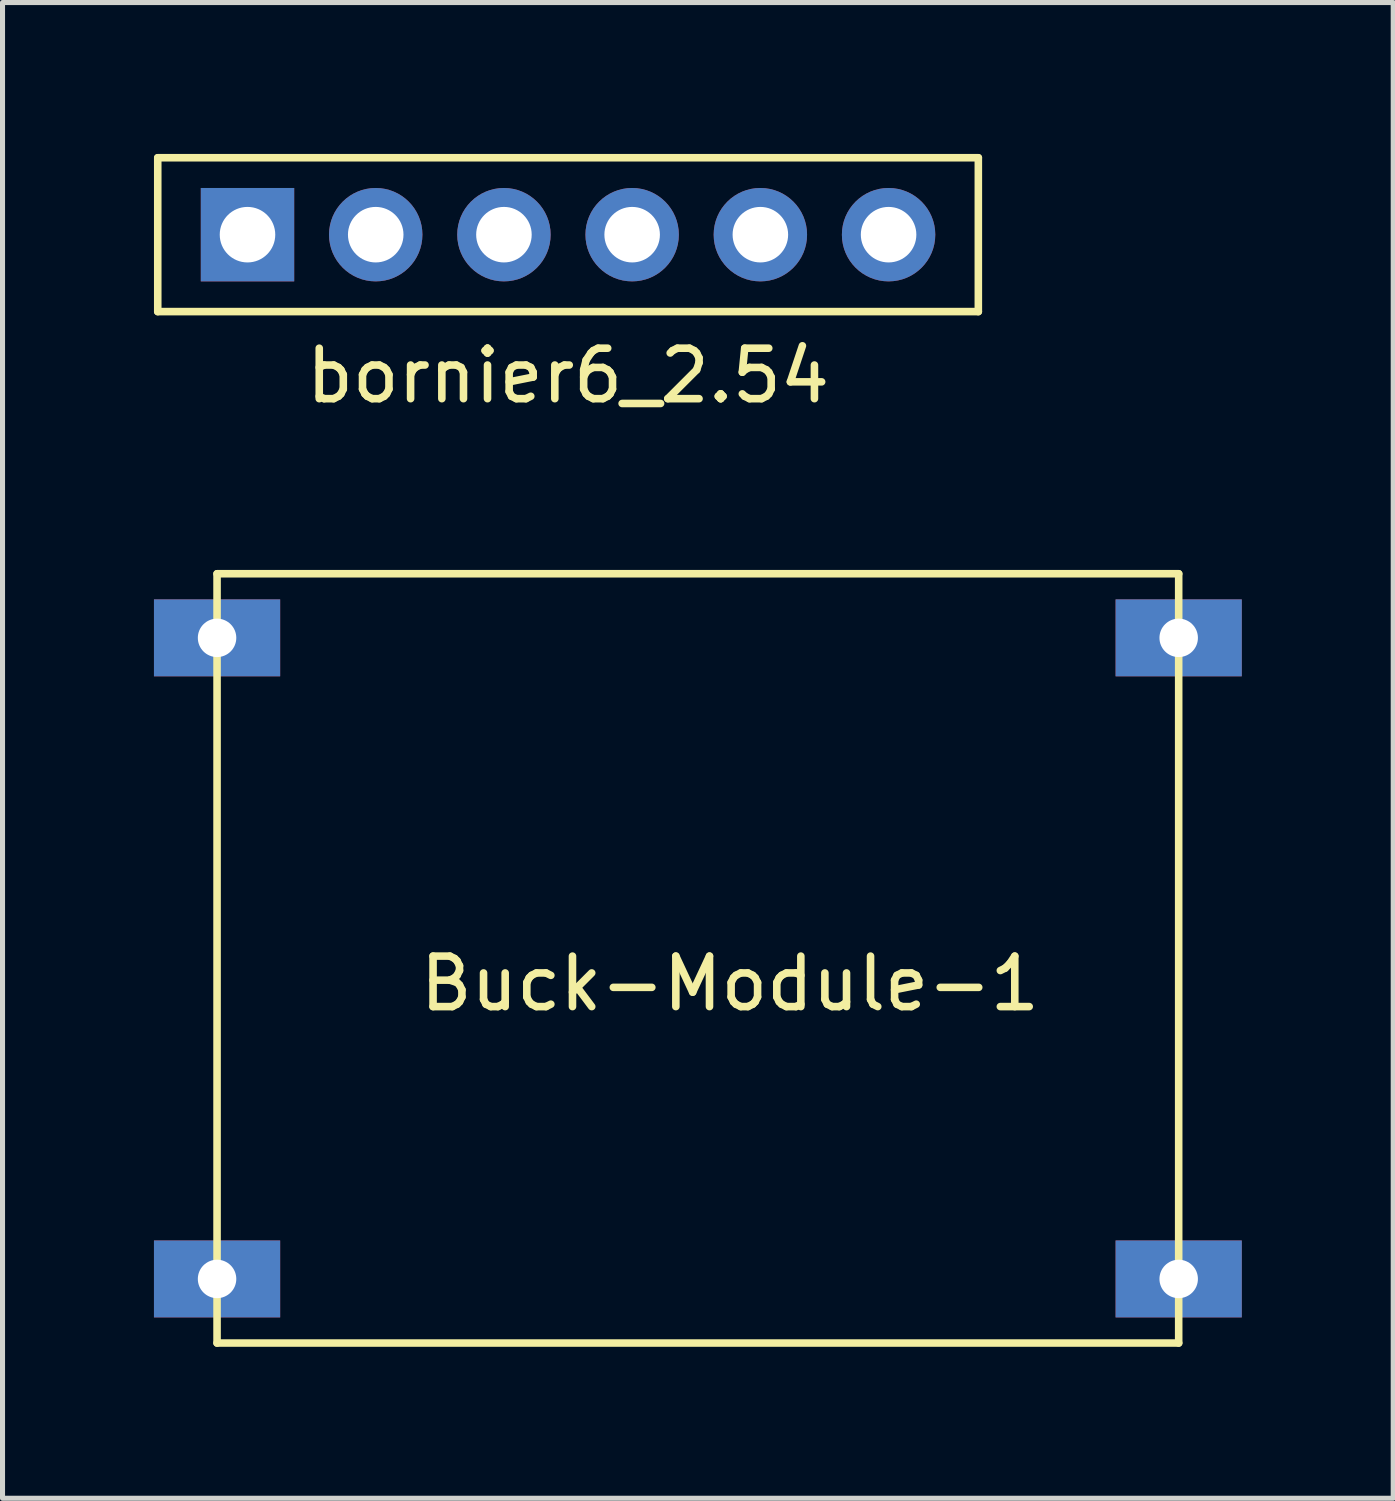
<source format=kicad_pcb>
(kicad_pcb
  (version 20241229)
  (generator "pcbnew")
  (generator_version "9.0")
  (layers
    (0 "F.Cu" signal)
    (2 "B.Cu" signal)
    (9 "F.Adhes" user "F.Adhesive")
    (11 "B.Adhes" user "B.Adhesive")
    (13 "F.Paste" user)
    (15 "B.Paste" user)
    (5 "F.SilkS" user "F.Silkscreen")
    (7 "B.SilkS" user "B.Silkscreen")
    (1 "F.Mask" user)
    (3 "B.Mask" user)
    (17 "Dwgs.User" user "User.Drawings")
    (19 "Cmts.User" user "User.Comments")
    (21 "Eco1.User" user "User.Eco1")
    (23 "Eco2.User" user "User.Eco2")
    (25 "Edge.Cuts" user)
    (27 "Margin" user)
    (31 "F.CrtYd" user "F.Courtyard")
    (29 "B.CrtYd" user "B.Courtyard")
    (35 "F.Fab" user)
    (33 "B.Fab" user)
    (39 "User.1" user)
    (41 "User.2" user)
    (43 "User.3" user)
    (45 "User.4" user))
  (footprint "bornier6_2.54"
    (layer "F.Cu")
    (at 8.203 1.599)
    (property "Reference" "bornier6_2.54" (at 0 2.794 0) (layer "F.SilkS") (effects (font (size 1 1) (thickness 0.15))))
    (attr through_hole)
    (fp_line (start -8.128 -1.524) (end 8.128 -1.524) (stroke (width 0.15) (type solid)) (layer "F.SilkS"))
    (fp_line (start -8.128 1.524) (end -8.128 -1.524) (stroke (width 0.15) (type solid)) (layer "F.SilkS"))
    (fp_line (start 8.128 -1.524) (end 8.128 1.524) (stroke (width 0.15) (type solid)) (layer "F.SilkS"))
    (fp_line (start 8.128 1.524) (end -8.128 1.524) (stroke (width 0.15) (type solid)) (layer "F.SilkS"))
    (pad "1" thru_hole rect (at -6.35 0) (size 1.85 1.85) (drill 1.1) (layers "*.Cu" "*.Mask"))
    (pad "2" thru_hole circle (at -3.81 0) (size 1.85 1.85) (drill 1.1) (layers "*.Cu" "*.Mask"))
    (pad "3" thru_hole circle (at -1.27 0) (size 1.85 1.85) (drill 1.1) (layers "*.Cu" "*.Mask"))
    (pad "4" thru_hole circle (at 1.27 0) (size 1.85 1.85) (drill 1.1) (layers "*.Cu" "*.Mask"))
    (pad "5" thru_hole circle (at 3.81 0) (size 1.85 1.85) (drill 1.1) (layers "*.Cu" "*.Mask"))
    (pad "6" thru_hole circle (at 6.35 0) (size 1.85 1.85) (drill 1.1) (layers "*.Cu" "*.Mask")))
  (footprint "Buck-Module-1"
    (layer "F.Cu")
    (at 11.41 15.936)
    (property "Reference" "Buck-Module-1" (at 0 0.5 0) (layer "F.SilkS") (effects (font (size 1 1) (thickness 0.15))))
    (attr through_hole)
    (fp_line (start -10.16 -7.62) (end 8.89 -7.62) (stroke (width 0.15) (type solid)) (layer "F.SilkS"))
    (fp_line (start -10.16 7.62) (end -10.16 -7.62) (stroke (width 0.15) (type solid)) (layer "F.SilkS"))
    (fp_line (start 8.89 -7.62) (end 8.89 7.62) (stroke (width 0.15) (type solid)) (layer "F.SilkS"))
    (fp_line (start 8.89 7.62) (end -10.16 7.62) (stroke (width 0.15) (type solid)) (layer "F.SilkS"))
    (pad "1" thru_hole rect (at -10.16 6.35) (size 2.5 1.524) (drill 0.762) (layers "*.Cu" "*.Mask"))
    (pad "2" thru_hole rect (at -10.16 -6.35) (size 2.5 1.524) (drill 0.762) (layers "*.Cu" "*.Mask"))
    (pad "3" thru_hole rect (at 8.89 6.35) (size 2.5 1.524) (drill 0.762) (layers "*.Cu" "*.Mask"))
    (pad "4" thru_hole rect (at 8.89 -6.35) (size 2.5 1.524) (drill 0.762) (layers "*.Cu" "*.Mask")))
  (gr_rect
    (start -3 -3)
    (end 24.55 26.631)
    (stroke (width 0.1) (type default))
    (fill no)
    (layer "Edge.Cuts")))
</source>
